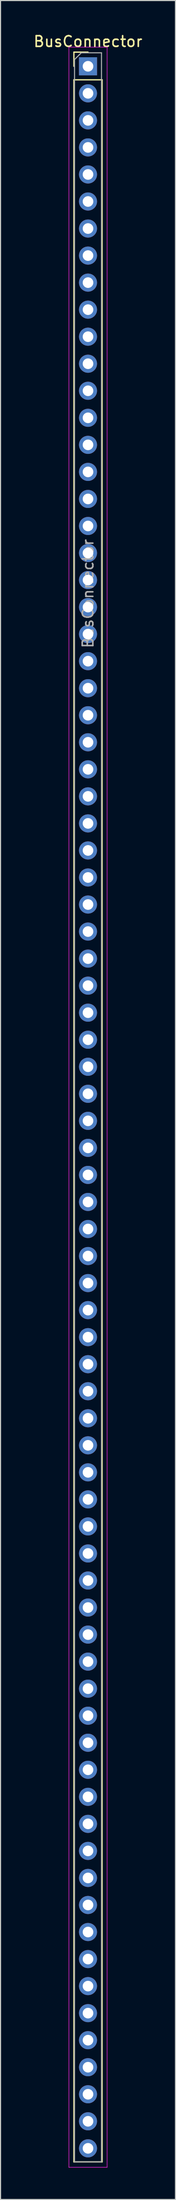
<source format=kicad_pcb>
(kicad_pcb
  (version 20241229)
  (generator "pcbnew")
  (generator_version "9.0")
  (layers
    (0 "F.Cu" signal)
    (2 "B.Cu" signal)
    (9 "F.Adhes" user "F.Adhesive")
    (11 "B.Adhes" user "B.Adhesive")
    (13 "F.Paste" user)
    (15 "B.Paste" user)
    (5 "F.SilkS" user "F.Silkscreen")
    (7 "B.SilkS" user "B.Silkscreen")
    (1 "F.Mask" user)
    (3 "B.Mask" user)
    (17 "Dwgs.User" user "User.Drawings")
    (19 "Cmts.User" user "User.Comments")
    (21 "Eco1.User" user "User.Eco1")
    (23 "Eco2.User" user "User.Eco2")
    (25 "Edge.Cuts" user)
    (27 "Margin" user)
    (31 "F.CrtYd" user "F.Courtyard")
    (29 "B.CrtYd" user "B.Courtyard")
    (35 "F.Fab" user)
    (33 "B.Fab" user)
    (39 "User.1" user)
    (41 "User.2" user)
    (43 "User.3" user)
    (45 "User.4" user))
  (footprint "BusConnector"
    (layer "F.Cu")
    (at 5.244 3.178)
    (property "Reference" "BusConnector" (at 0 -2.33 0) (layer "F.SilkS") (effects (font (size 1 1) (thickness 0.15))))
    (attr through_hole)
    (fp_line (start -1.33 -1.33) (end 0 -1.33) (stroke (width 0.12) (type solid)) (layer "F.SilkS"))
    (fp_line (start -1.33 0) (end -1.33 -1.33) (stroke (width 0.12) (type solid)) (layer "F.SilkS"))
    (fp_line (start -1.33 1.27) (end -1.33 196.85) (stroke (width 0.12) (type solid)) (layer "F.SilkS"))
    (fp_line (start -1.33 1.27) (end 1.33 1.27) (stroke (width 0.12) (type solid)) (layer "F.SilkS"))
    (fp_line (start -1.33 196.85) (end 1.33 196.85) (stroke (width 0.12) (type solid)) (layer "F.SilkS"))
    (fp_line (start 1.33 1.27) (end 1.33 196.85) (stroke (width 0.12) (type solid)) (layer "F.SilkS"))
    (fp_line (start -1.8 -1.8) (end -1.8 197.36) (stroke (width 0.05) (type solid)) (layer "F.CrtYd"))
    (fp_line (start -1.8 197.36) (end 1.8 197.36) (stroke (width 0.05) (type solid)) (layer "F.CrtYd"))
    (fp_line (start 1.8 -1.8) (end -1.8 -1.8) (stroke (width 0.05) (type solid)) (layer "F.CrtYd"))
    (fp_line (start 1.8 197.36) (end 1.8 -1.8) (stroke (width 0.05) (type solid)) (layer "F.CrtYd"))
    (fp_line (start -1.27 -0.635) (end -0.635 -1.27) (stroke (width 0.1) (type solid)) (layer "F.Fab"))
    (fp_line (start -1.27 196.85) (end -1.27 -0.635) (stroke (width 0.1) (type solid)) (layer "F.Fab"))
    (fp_line (start -0.635 -1.27) (end 1.27 -1.27) (stroke (width 0.1) (type solid)) (layer "F.Fab"))
    (fp_line (start 1.27 -1.27) (end 1.27 196.85) (stroke (width 0.1) (type solid)) (layer "F.Fab"))
    (fp_line (start 1.27 196.85) (end -1.27 196.85) (stroke (width 0.1) (type solid)) (layer "F.Fab"))
    (fp_text user "${REFERENCE}" (at 0 49.53 90) (layer "F.Fab") (effects (font (size 1 1) (thickness 0.15))))
    (pad "1" thru_hole rect (at 0 0) (size 1.7 1.7) (drill 1) (layers "*.Cu" "*.Mask"))
    (pad "2" thru_hole oval (at 0 2.54) (size 1.7 1.7) (drill 1) (layers "*.Cu" "*.Mask"))
    (pad "3" thru_hole oval (at 0 5.08) (size 1.7 1.7) (drill 1) (layers "*.Cu" "*.Mask"))
    (pad "4" thru_hole oval (at 0 7.62) (size 1.7 1.7) (drill 1) (layers "*.Cu" "*.Mask"))
    (pad "5" thru_hole oval (at 0 10.16) (size 1.7 1.7) (drill 1) (layers "*.Cu" "*.Mask"))
    (pad "6" thru_hole oval (at 0 12.7) (size 1.7 1.7) (drill 1) (layers "*.Cu" "*.Mask"))
    (pad "7" thru_hole oval (at 0 15.24) (size 1.7 1.7) (drill 1) (layers "*.Cu" "*.Mask"))
    (pad "8" thru_hole oval (at 0 17.78) (size 1.7 1.7) (drill 1) (layers "*.Cu" "*.Mask"))
    (pad "9" thru_hole oval (at 0 20.32) (size 1.7 1.7) (drill 1) (layers "*.Cu" "*.Mask"))
    (pad "10" thru_hole oval (at 0 22.86) (size 1.7 1.7) (drill 1) (layers "*.Cu" "*.Mask"))
    (pad "11" thru_hole oval (at 0 25.4) (size 1.7 1.7) (drill 1) (layers "*.Cu" "*.Mask"))
    (pad "12" thru_hole oval (at 0 27.94) (size 1.7 1.7) (drill 1) (layers "*.Cu" "*.Mask"))
    (pad "13" thru_hole oval (at 0 30.48) (size 1.7 1.7) (drill 1) (layers "*.Cu" "*.Mask"))
    (pad "14" thru_hole oval (at 0 33.02) (size 1.7 1.7) (drill 1) (layers "*.Cu" "*.Mask"))
    (pad "15" thru_hole oval (at 0 35.56) (size 1.7 1.7) (drill 1) (layers "*.Cu" "*.Mask"))
    (pad "16" thru_hole oval (at 0 38.1) (size 1.7 1.7) (drill 1) (layers "*.Cu" "*.Mask"))
    (pad "17" thru_hole oval (at 0 40.64) (size 1.7 1.7) (drill 1) (layers "*.Cu" "*.Mask"))
    (pad "18" thru_hole oval (at 0 43.18) (size 1.7 1.7) (drill 1) (layers "*.Cu" "*.Mask"))
    (pad "19" thru_hole oval (at 0 45.72) (size 1.7 1.7) (drill 1) (layers "*.Cu" "*.Mask"))
    (pad "20" thru_hole oval (at 0 48.26) (size 1.7 1.7) (drill 1) (layers "*.Cu" "*.Mask"))
    (pad "21" thru_hole oval (at 0 50.8) (size 1.7 1.7) (drill 1) (layers "*.Cu" "*.Mask"))
    (pad "22" thru_hole oval (at 0 53.34) (size 1.7 1.7) (drill 1) (layers "*.Cu" "*.Mask"))
    (pad "23" thru_hole oval (at 0 55.88) (size 1.7 1.7) (drill 1) (layers "*.Cu" "*.Mask"))
    (pad "24" thru_hole oval (at 0 58.42) (size 1.7 1.7) (drill 1) (layers "*.Cu" "*.Mask"))
    (pad "25" thru_hole oval (at 0 60.96) (size 1.7 1.7) (drill 1) (layers "*.Cu" "*.Mask"))
    (pad "26" thru_hole oval (at 0 63.5) (size 1.7 1.7) (drill 1) (layers "*.Cu" "*.Mask"))
    (pad "27" thru_hole oval (at 0 66.04) (size 1.7 1.7) (drill 1) (layers "*.Cu" "*.Mask"))
    (pad "28" thru_hole oval (at 0 68.58) (size 1.7 1.7) (drill 1) (layers "*.Cu" "*.Mask"))
    (pad "29" thru_hole oval (at 0 71.12) (size 1.7 1.7) (drill 1) (layers "*.Cu" "*.Mask"))
    (pad "30" thru_hole oval (at 0 73.66) (size 1.7 1.7) (drill 1) (layers "*.Cu" "*.Mask"))
    (pad "31" thru_hole oval (at 0 76.2) (size 1.7 1.7) (drill 1) (layers "*.Cu" "*.Mask"))
    (pad "32" thru_hole oval (at 0 78.74) (size 1.7 1.7) (drill 1) (layers "*.Cu" "*.Mask"))
    (pad "33" thru_hole oval (at 0 81.28) (size 1.7 1.7) (drill 1) (layers "*.Cu" "*.Mask"))
    (pad "34" thru_hole oval (at 0 83.82) (size 1.7 1.7) (drill 1) (layers "*.Cu" "*.Mask"))
    (pad "35" thru_hole oval (at 0 86.36) (size 1.7 1.7) (drill 1) (layers "*.Cu" "*.Mask"))
    (pad "36" thru_hole oval (at 0 88.9) (size 1.7 1.7) (drill 1) (layers "*.Cu" "*.Mask"))
    (pad "37" thru_hole oval (at 0 91.44) (size 1.7 1.7) (drill 1) (layers "*.Cu" "*.Mask"))
    (pad "38" thru_hole oval (at 0 93.98) (size 1.7 1.7) (drill 1) (layers "*.Cu" "*.Mask"))
    (pad "39" thru_hole oval (at 0 96.52) (size 1.7 1.7) (drill 1) (layers "*.Cu" "*.Mask"))
    (pad "40" thru_hole oval (at 0 99.06) (size 1.7 1.7) (drill 1) (layers "*.Cu" "*.Mask"))
    (pad "41" thru_hole oval (at 0 101.6) (size 1.7 1.7) (drill 1) (layers "*.Cu" "*.Mask"))
    (pad "42" thru_hole oval (at 0 104.14) (size 1.7 1.7) (drill 1) (layers "*.Cu" "*.Mask"))
    (pad "43" thru_hole oval (at 0 106.68) (size 1.7 1.7) (drill 1) (layers "*.Cu" "*.Mask"))
    (pad "44" thru_hole oval (at 0 109.22) (size 1.7 1.7) (drill 1) (layers "*.Cu" "*.Mask"))
    (pad "45" thru_hole oval (at 0 111.76) (size 1.7 1.7) (drill 1) (layers "*.Cu" "*.Mask"))
    (pad "46" thru_hole oval (at 0 114.3) (size 1.7 1.7) (drill 1) (layers "*.Cu" "*.Mask"))
    (pad "47" thru_hole oval (at 0 116.84) (size 1.7 1.7) (drill 1) (layers "*.Cu" "*.Mask"))
    (pad "48" thru_hole oval (at 0 119.38) (size 1.7 1.7) (drill 1) (layers "*.Cu" "*.Mask"))
    (pad "49" thru_hole oval (at 0 121.92) (size 1.7 1.7) (drill 1) (layers "*.Cu" "*.Mask"))
    (pad "50" thru_hole oval (at 0 124.46) (size 1.7 1.7) (drill 1) (layers "*.Cu" "*.Mask"))
    (pad "51" thru_hole oval (at 0 127) (size 1.7 1.7) (drill 1) (layers "*.Cu" "*.Mask"))
    (pad "52" thru_hole oval (at 0 129.54) (size 1.7 1.7) (drill 1) (layers "*.Cu" "*.Mask"))
    (pad "53" thru_hole oval (at 0 132.08) (size 1.7 1.7) (drill 1) (layers "*.Cu" "*.Mask"))
    (pad "54" thru_hole oval (at 0 134.62) (size 1.7 1.7) (drill 1) (layers "*.Cu" "*.Mask"))
    (pad "55" thru_hole oval (at 0 137.16) (size 1.7 1.7) (drill 1) (layers "*.Cu" "*.Mask"))
    (pad "56" thru_hole oval (at 0 139.7) (size 1.7 1.7) (drill 1) (layers "*.Cu" "*.Mask"))
    (pad "57" thru_hole oval (at 0 142.24) (size 1.7 1.7) (drill 1) (layers "*.Cu" "*.Mask"))
    (pad "58" thru_hole oval (at 0 144.78) (size 1.7 1.7) (drill 1) (layers "*.Cu" "*.Mask"))
    (pad "59" thru_hole oval (at 0 147.32) (size 1.7 1.7) (drill 1) (layers "*.Cu" "*.Mask"))
    (pad "60" thru_hole oval (at 0 149.86) (size 1.7 1.7) (drill 1) (layers "*.Cu" "*.Mask"))
    (pad "61" thru_hole oval (at 0 152.4) (size 1.7 1.7) (drill 1) (layers "*.Cu" "*.Mask"))
    (pad "62" thru_hole oval (at 0 154.94) (size 1.7 1.7) (drill 1) (layers "*.Cu" "*.Mask"))
    (pad "63" thru_hole oval (at 0 157.48) (size 1.7 1.7) (drill 1) (layers "*.Cu" "*.Mask"))
    (pad "64" thru_hole oval (at 0 160.02) (size 1.7 1.7) (drill 1) (layers "*.Cu" "*.Mask"))
    (pad "65" thru_hole oval (at 0 162.56) (size 1.7 1.7) (drill 1) (layers "*.Cu" "*.Mask"))
    (pad "66" thru_hole oval (at 0 165.1) (size 1.7 1.7) (drill 1) (layers "*.Cu" "*.Mask"))
    (pad "67" thru_hole oval (at 0 167.64) (size 1.7 1.7) (drill 1) (layers "*.Cu" "*.Mask"))
    (pad "68" thru_hole oval (at 0 170.18) (size 1.7 1.7) (drill 1) (layers "*.Cu" "*.Mask"))
    (pad "69" thru_hole oval (at 0 172.72) (size 1.7 1.7) (drill 1) (layers "*.Cu" "*.Mask"))
    (pad "70" thru_hole oval (at 0 175.26) (size 1.7 1.7) (drill 1) (layers "*.Cu" "*.Mask"))
    (pad "71" thru_hole oval (at 0 177.8) (size 1.7 1.7) (drill 1) (layers "*.Cu" "*.Mask"))
    (pad "72" thru_hole oval (at 0 180.34) (size 1.7 1.7) (drill 1) (layers "*.Cu" "*.Mask"))
    (pad "73" thru_hole oval (at 0 182.88) (size 1.7 1.7) (drill 1) (layers "*.Cu" "*.Mask"))
    (pad "74" thru_hole oval (at 0 185.42) (size 1.7 1.7) (drill 1) (layers "*.Cu" "*.Mask"))
    (pad "75" thru_hole oval (at 0 187.96) (size 1.7 1.7) (drill 1) (layers "*.Cu" "*.Mask"))
    (pad "76" thru_hole oval (at 0 190.5) (size 1.7 1.7) (drill 1) (layers "*.Cu" "*.Mask"))
    (pad "77" thru_hole oval (at 0 193.04) (size 1.7 1.7) (drill 1) (layers "*.Cu" "*.Mask"))
    (pad "78" thru_hole oval (at 0 195.58) (size 1.7 1.7) (drill 1) (layers "*.Cu" "*.Mask")))
  (gr_rect
    (start -3 -3)
    (end 13.488 203.563)
    (stroke (width 0.1) (type default))
    (fill no)
    (layer "Edge.Cuts")))
</source>
